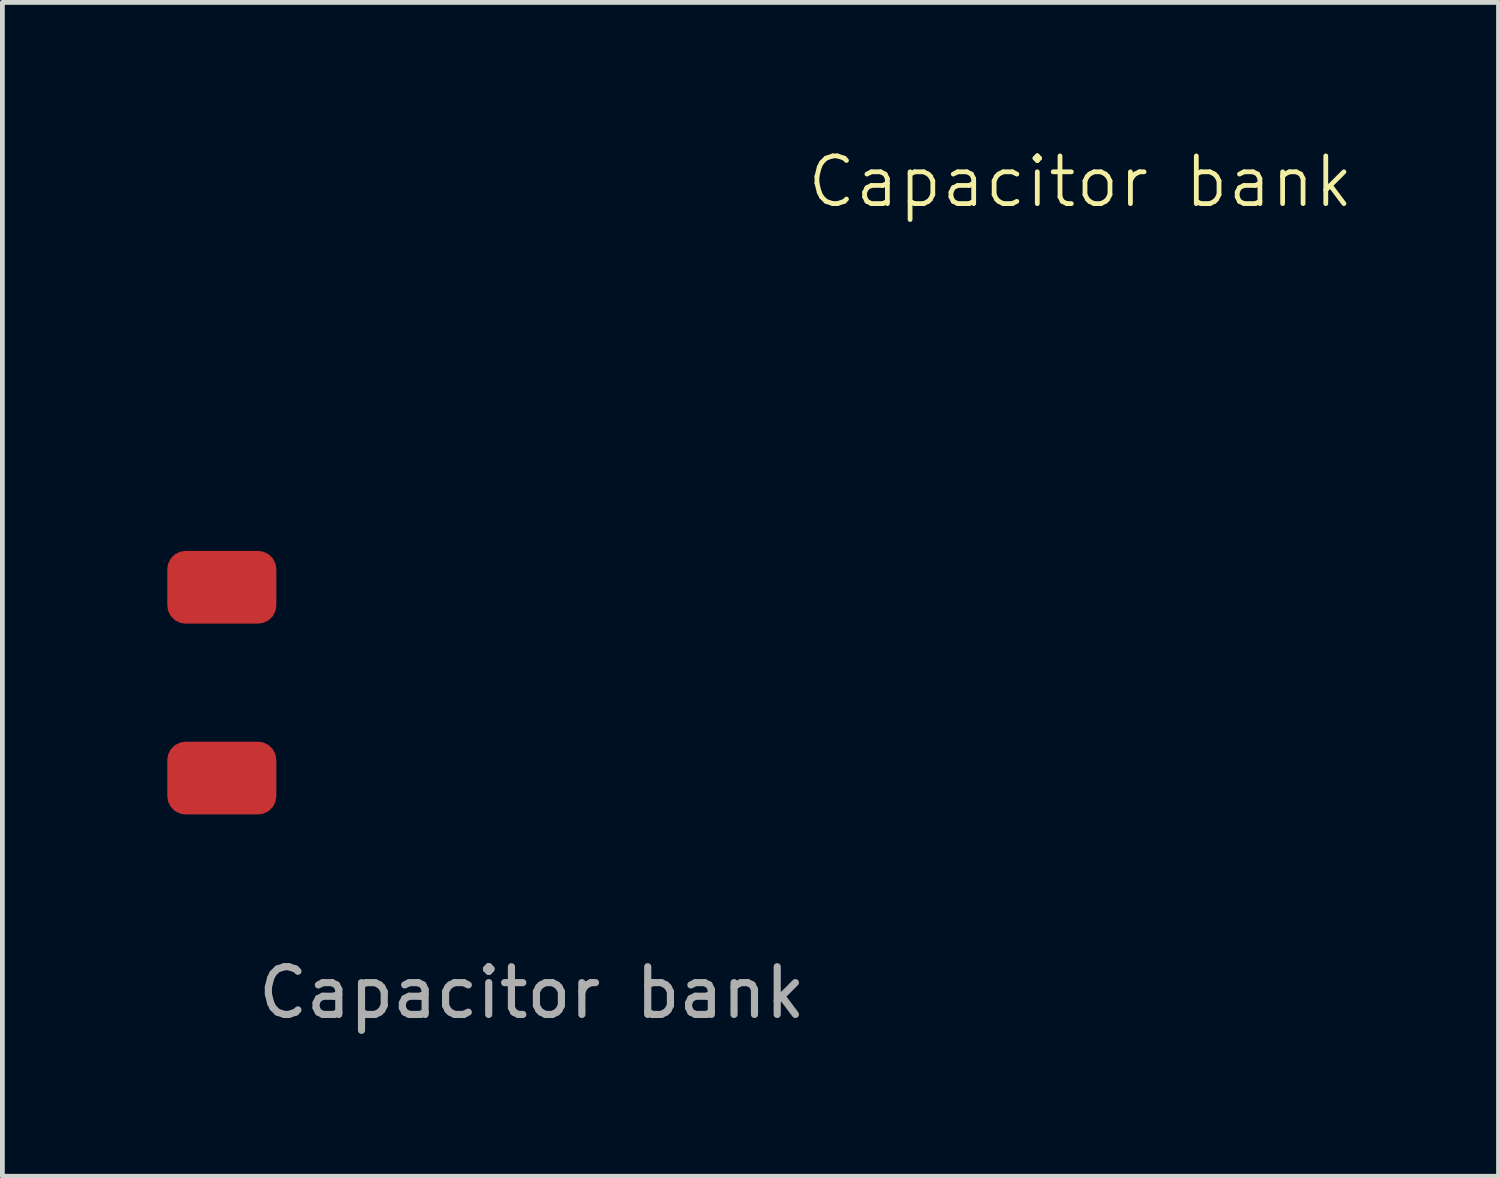
<source format=kicad_pcb>
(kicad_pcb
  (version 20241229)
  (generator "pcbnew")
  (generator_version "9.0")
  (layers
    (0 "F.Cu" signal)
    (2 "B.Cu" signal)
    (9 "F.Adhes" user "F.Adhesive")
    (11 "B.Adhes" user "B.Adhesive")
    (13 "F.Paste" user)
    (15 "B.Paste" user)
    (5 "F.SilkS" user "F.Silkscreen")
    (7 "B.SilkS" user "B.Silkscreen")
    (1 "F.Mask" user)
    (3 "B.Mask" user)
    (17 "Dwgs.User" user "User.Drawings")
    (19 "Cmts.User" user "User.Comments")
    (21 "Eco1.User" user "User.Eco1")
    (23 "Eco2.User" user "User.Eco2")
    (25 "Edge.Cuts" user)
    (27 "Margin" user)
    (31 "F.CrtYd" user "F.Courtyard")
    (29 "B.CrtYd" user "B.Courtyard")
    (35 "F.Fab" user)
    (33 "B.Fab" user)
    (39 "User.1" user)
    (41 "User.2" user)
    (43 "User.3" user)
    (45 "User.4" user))
  (footprint "Capacitor bank"
    (layer "F.Cu")
    (at 8.1 9.261)
    (property "Reference" "Capacitor bank" (at 11.5 -8.5 0) (unlocked yes) (layer "F.SilkS") (effects (font (size 1 1) (thickness 0.1))))
    (attr smd)
    (fp_rect (start -8 -5) (end 9 -3) (stroke (width 0.2) (type solid)) (fill yes) (layer "F.Mask"))
    (fp_rect (start -8 -1.5) (end 7.5 1.5) (stroke (width 0.2) (type solid)) (fill yes) (layer "F.Mask"))
    (fp_rect (start -8 3) (end 9 5) (stroke (width 0.2) (type solid)) (fill yes) (layer "F.Mask"))
    (fp_rect (start 8.5 -5) (end 9.025 5) (stroke (width 0.2) (type solid)) (fill yes) (layer "F.Mask"))
    (fp_text user "${REFERENCE}" (at 0 8.5 0) (unlocked yes) (layer "F.Fab") (effects (font (size 1 1) (thickness 0.15))))
    (pad "1" smd roundrect (at -6.5 4) (size 2.286 1.524) (layers "F.Cu" "F.Mask" "F.Paste") (roundrect_rratio 0.25))
    (pad "2" smd roundrect (at -6.5 0) (size 2.286 1.524) (layers "F.Cu" "F.Mask" "F.Paste") (roundrect_rratio 0.25))
    (zone (net_name "") (layer "F.Mask") (hatch edge 0.5) (connect_pads) (min_thickness 0.25) (filled_areas_thickness no) (keepout (tracks not_allowed) (vias not_allowed) (pads not_allowed) (copperpour allowed) (footprints allowed)) (placement (enabled no)) (fill) (polygon (pts (xy 0.1 4.261) (xy 0.1 6.261) (xy 17.1 6.261) (xy 17.125 4.261))))
    (zone (net_name "") (layer "F.Mask") (hatch edge 0.5) (connect_pads) (min_thickness 0.25) (filled_areas_thickness no) (keepout (tracks not_allowed) (vias not_allowed) (pads not_allowed) (copperpour allowed) (footprints allowed)) (placement (enabled no)) (fill) (polygon (pts (xy 0.1 7.761) (xy 0.1 10.761) (xy 15.6 10.761) (xy 15.6 7.761))))
    (zone (net_name "") (layer "F.Mask") (hatch edge 0.5) (connect_pads) (min_thickness 0.25) (filled_areas_thickness no) (keepout (tracks not_allowed) (vias not_allowed) (pads not_allowed) (copperpour allowed) (footprints allowed)) (placement (enabled no)) (fill) (polygon (pts (xy 0.1 12.261) (xy 0.1 14.261) (xy 17.125 14.261) (xy 17.1 12.261))))
    (zone (net_name "") (layer "F.Mask") (hatch edge 0.5) (connect_pads) (min_thickness 0.25) (filled_areas_thickness no) (keepout (tracks not_allowed) (vias not_allowed) (pads not_allowed) (copperpour allowed) (footprints allowed)) (placement (enabled no)) (fill) (polygon (pts (xy 16.6 4.261) (xy 17.125 4.261) (xy 17.1 14.261) (xy 16.6 14.261)))))
  (gr_rect
    (start -3 -3)
    (end 28.364 21.609)
    (stroke (width 0.1) (type default))
    (fill no)
    (layer "Edge.Cuts")))
</source>
